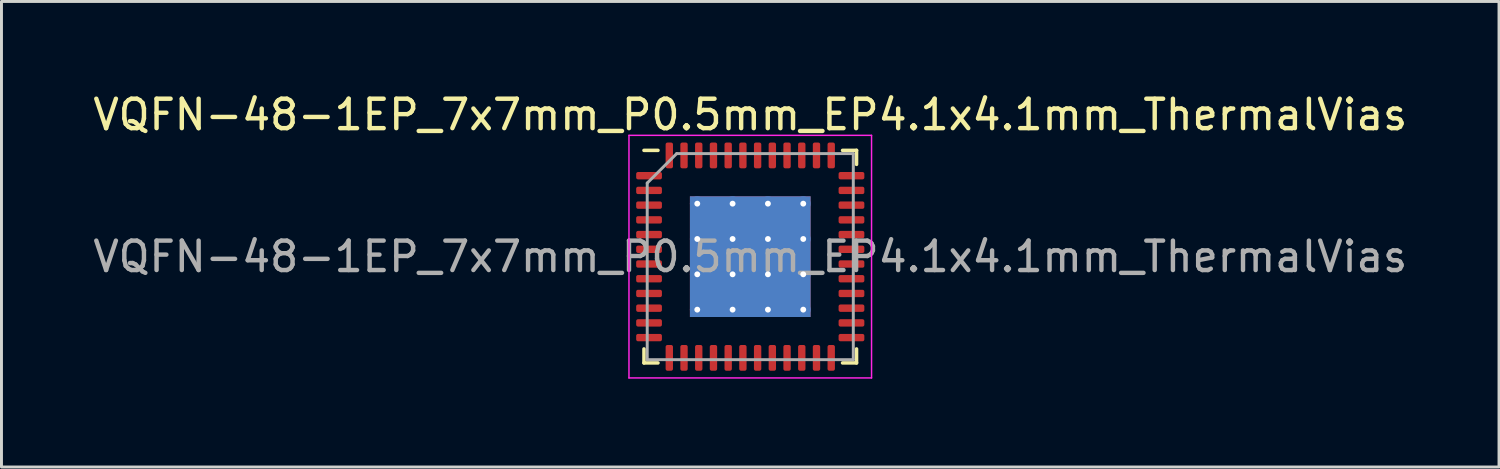
<source format=kicad_pcb>
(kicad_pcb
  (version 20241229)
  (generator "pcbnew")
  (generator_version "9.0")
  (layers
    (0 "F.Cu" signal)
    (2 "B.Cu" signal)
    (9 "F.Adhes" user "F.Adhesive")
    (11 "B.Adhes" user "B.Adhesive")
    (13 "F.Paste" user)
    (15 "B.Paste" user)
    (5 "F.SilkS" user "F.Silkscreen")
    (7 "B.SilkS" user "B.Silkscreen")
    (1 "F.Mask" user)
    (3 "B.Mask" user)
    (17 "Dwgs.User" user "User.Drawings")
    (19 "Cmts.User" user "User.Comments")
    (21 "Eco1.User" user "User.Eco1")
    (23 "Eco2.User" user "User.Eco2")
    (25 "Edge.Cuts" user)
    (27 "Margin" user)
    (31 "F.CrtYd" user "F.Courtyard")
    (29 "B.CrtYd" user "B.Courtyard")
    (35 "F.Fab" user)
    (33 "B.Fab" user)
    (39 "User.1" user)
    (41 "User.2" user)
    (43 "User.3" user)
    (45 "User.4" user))
  (footprint "VQFN-48-1EP_7x7mm_P0.5mm_EP4.1x4.1mm_ThermalVias"
    (layer "F.Cu")
    (at 22.435 5.668)
    (property "Reference" "VQFN-48-1EP_7x7mm_P0.5mm_EP4.1x4.1mm_ThermalVias" (at 0 -4.82 0) (layer "F.SilkS") (effects (font (size 1 1) (thickness 0.15))))
    (attr smd)
    (fp_line (start -3.61 3.61) (end -3.61 3.135) (stroke (width 0.12) (type solid)) (layer "F.SilkS"))
    (fp_line (start -3.135 -3.61) (end -3.61 -3.61) (stroke (width 0.12) (type solid)) (layer "F.SilkS"))
    (fp_line (start -3.135 3.61) (end -3.61 3.61) (stroke (width 0.12) (type solid)) (layer "F.SilkS"))
    (fp_line (start 3.135 -3.61) (end 3.61 -3.61) (stroke (width 0.12) (type solid)) (layer "F.SilkS"))
    (fp_line (start 3.135 3.61) (end 3.61 3.61) (stroke (width 0.12) (type solid)) (layer "F.SilkS"))
    (fp_line (start 3.61 -3.61) (end 3.61 -3.135) (stroke (width 0.12) (type solid)) (layer "F.SilkS"))
    (fp_line (start 3.61 3.61) (end 3.61 3.135) (stroke (width 0.12) (type solid)) (layer "F.SilkS"))
    (fp_line (start -4.12 -4.12) (end -4.12 4.12) (stroke (width 0.05) (type solid)) (layer "F.CrtYd"))
    (fp_line (start -4.12 4.12) (end 4.12 4.12) (stroke (width 0.05) (type solid)) (layer "F.CrtYd"))
    (fp_line (start 4.12 -4.12) (end -4.12 -4.12) (stroke (width 0.05) (type solid)) (layer "F.CrtYd"))
    (fp_line (start 4.12 4.12) (end 4.12 -4.12) (stroke (width 0.05) (type solid)) (layer "F.CrtYd"))
    (fp_line (start -3.5 -2.5) (end -2.5 -3.5) (stroke (width 0.1) (type solid)) (layer "F.Fab"))
    (fp_line (start -3.5 3.5) (end -3.5 -2.5) (stroke (width 0.1) (type solid)) (layer "F.Fab"))
    (fp_line (start -2.5 -3.5) (end 3.5 -3.5) (stroke (width 0.1) (type solid)) (layer "F.Fab"))
    (fp_line (start 3.5 -3.5) (end 3.5 3.5) (stroke (width 0.1) (type solid)) (layer "F.Fab"))
    (fp_line (start 3.5 3.5) (end -3.5 3.5) (stroke (width 0.1) (type solid)) (layer "F.Fab"))
    (fp_text user "${REFERENCE}" (at 0 0 0) (layer "F.Fab") (effects (font (size 1 1) (thickness 0.15))))
    (pad "" smd roundrect (at -1.37 -1.37) (size 1.1 1.1) (layers "F.Paste") (roundrect_rratio 0.227))
    (pad "" smd roundrect (at -1.37 0) (size 1.1 1.1) (layers "F.Paste") (roundrect_rratio 0.227))
    (pad "" smd roundrect (at -1.37 1.37) (size 1.1 1.1) (layers "F.Paste") (roundrect_rratio 0.227))
    (pad "" smd roundrect (at 0 -1.37) (size 1.1 1.1) (layers "F.Paste") (roundrect_rratio 0.227))
    (pad "" smd roundrect (at 0 0) (size 1.1 1.1) (layers "F.Paste") (roundrect_rratio 0.227))
    (pad "" smd roundrect (at 0 1.37) (size 1.1 1.1) (layers "F.Paste") (roundrect_rratio 0.227))
    (pad "" smd roundrect (at 1.37 -1.37) (size 1.1 1.1) (layers "F.Paste") (roundrect_rratio 0.227))
    (pad "" smd roundrect (at 1.37 0) (size 1.1 1.1) (layers "F.Paste") (roundrect_rratio 0.227))
    (pad "" smd roundrect (at 1.37 1.37) (size 1.1 1.1) (layers "F.Paste") (roundrect_rratio 0.227))
    (pad "1" smd roundrect (at -3.438 -2.75) (size 0.875 0.25) (layers "F.Cu" "F.Mask" "F.Paste") (roundrect_rratio 0.25))
    (pad "2" smd roundrect (at -3.438 -2.25) (size 0.875 0.25) (layers "F.Cu" "F.Mask" "F.Paste") (roundrect_rratio 0.25))
    (pad "3" smd roundrect (at -3.438 -1.75) (size 0.875 0.25) (layers "F.Cu" "F.Mask" "F.Paste") (roundrect_rratio 0.25))
    (pad "4" smd roundrect (at -3.438 -1.25) (size 0.875 0.25) (layers "F.Cu" "F.Mask" "F.Paste") (roundrect_rratio 0.25))
    (pad "5" smd roundrect (at -3.438 -0.75) (size 0.875 0.25) (layers "F.Cu" "F.Mask" "F.Paste") (roundrect_rratio 0.25))
    (pad "6" smd roundrect (at -3.438 -0.25) (size 0.875 0.25) (layers "F.Cu" "F.Mask" "F.Paste") (roundrect_rratio 0.25))
    (pad "7" smd roundrect (at -3.438 0.25) (size 0.875 0.25) (layers "F.Cu" "F.Mask" "F.Paste") (roundrect_rratio 0.25))
    (pad "8" smd roundrect (at -3.438 0.75) (size 0.875 0.25) (layers "F.Cu" "F.Mask" "F.Paste") (roundrect_rratio 0.25))
    (pad "9" smd roundrect (at -3.438 1.25) (size 0.875 0.25) (layers "F.Cu" "F.Mask" "F.Paste") (roundrect_rratio 0.25))
    (pad "10" smd roundrect (at -3.438 1.75) (size 0.875 0.25) (layers "F.Cu" "F.Mask" "F.Paste") (roundrect_rratio 0.25))
    (pad "11" smd roundrect (at -3.438 2.25) (size 0.875 0.25) (layers "F.Cu" "F.Mask" "F.Paste") (roundrect_rratio 0.25))
    (pad "12" smd roundrect (at -3.438 2.75) (size 0.875 0.25) (layers "F.Cu" "F.Mask" "F.Paste") (roundrect_rratio 0.25))
    (pad "13" smd roundrect (at -2.75 3.438) (size 0.25 0.875) (layers "F.Cu" "F.Mask" "F.Paste") (roundrect_rratio 0.25))
    (pad "14" smd roundrect (at -2.25 3.438) (size 0.25 0.875) (layers "F.Cu" "F.Mask" "F.Paste") (roundrect_rratio 0.25))
    (pad "15" smd roundrect (at -1.75 3.438) (size 0.25 0.875) (layers "F.Cu" "F.Mask" "F.Paste") (roundrect_rratio 0.25))
    (pad "16" smd roundrect (at -1.25 3.438) (size 0.25 0.875) (layers "F.Cu" "F.Mask" "F.Paste") (roundrect_rratio 0.25))
    (pad "17" smd roundrect (at -0.75 3.438) (size 0.25 0.875) (layers "F.Cu" "F.Mask" "F.Paste") (roundrect_rratio 0.25))
    (pad "18" smd roundrect (at -0.25 3.438) (size 0.25 0.875) (layers "F.Cu" "F.Mask" "F.Paste") (roundrect_rratio 0.25))
    (pad "19" smd roundrect (at 0.25 3.438) (size 0.25 0.875) (layers "F.Cu" "F.Mask" "F.Paste") (roundrect_rratio 0.25))
    (pad "20" smd roundrect (at 0.75 3.438) (size 0.25 0.875) (layers "F.Cu" "F.Mask" "F.Paste") (roundrect_rratio 0.25))
    (pad "21" smd roundrect (at 1.25 3.438) (size 0.25 0.875) (layers "F.Cu" "F.Mask" "F.Paste") (roundrect_rratio 0.25))
    (pad "22" smd roundrect (at 1.75 3.438) (size 0.25 0.875) (layers "F.Cu" "F.Mask" "F.Paste") (roundrect_rratio 0.25))
    (pad "23" smd roundrect (at 2.25 3.438) (size 0.25 0.875) (layers "F.Cu" "F.Mask" "F.Paste") (roundrect_rratio 0.25))
    (pad "24" smd roundrect (at 2.75 3.438) (size 0.25 0.875) (layers "F.Cu" "F.Mask" "F.Paste") (roundrect_rratio 0.25))
    (pad "25" smd roundrect (at 3.438 2.75) (size 0.875 0.25) (layers "F.Cu" "F.Mask" "F.Paste") (roundrect_rratio 0.25))
    (pad "26" smd roundrect (at 3.438 2.25) (size 0.875 0.25) (layers "F.Cu" "F.Mask" "F.Paste") (roundrect_rratio 0.25))
    (pad "27" smd roundrect (at 3.438 1.75) (size 0.875 0.25) (layers "F.Cu" "F.Mask" "F.Paste") (roundrect_rratio 0.25))
    (pad "28" smd roundrect (at 3.438 1.25) (size 0.875 0.25) (layers "F.Cu" "F.Mask" "F.Paste") (roundrect_rratio 0.25))
    (pad "29" smd roundrect (at 3.438 0.75) (size 0.875 0.25) (layers "F.Cu" "F.Mask" "F.Paste") (roundrect_rratio 0.25))
    (pad "30" smd roundrect (at 3.438 0.25) (size 0.875 0.25) (layers "F.Cu" "F.Mask" "F.Paste") (roundrect_rratio 0.25))
    (pad "31" smd roundrect (at 3.438 -0.25) (size 0.875 0.25) (layers "F.Cu" "F.Mask" "F.Paste") (roundrect_rratio 0.25))
    (pad "32" smd roundrect (at 3.438 -0.75) (size 0.875 0.25) (layers "F.Cu" "F.Mask" "F.Paste") (roundrect_rratio 0.25))
    (pad "33" smd roundrect (at 3.438 -1.25) (size 0.875 0.25) (layers "F.Cu" "F.Mask" "F.Paste") (roundrect_rratio 0.25))
    (pad "34" smd roundrect (at 3.438 -1.75) (size 0.875 0.25) (layers "F.Cu" "F.Mask" "F.Paste") (roundrect_rratio 0.25))
    (pad "35" smd roundrect (at 3.438 -2.25) (size 0.875 0.25) (layers "F.Cu" "F.Mask" "F.Paste") (roundrect_rratio 0.25))
    (pad "36" smd roundrect (at 3.438 -2.75) (size 0.875 0.25) (layers "F.Cu" "F.Mask" "F.Paste") (roundrect_rratio 0.25))
    (pad "37" smd roundrect (at 2.75 -3.438) (size 0.25 0.875) (layers "F.Cu" "F.Mask" "F.Paste") (roundrect_rratio 0.25))
    (pad "38" smd roundrect (at 2.25 -3.438) (size 0.25 0.875) (layers "F.Cu" "F.Mask" "F.Paste") (roundrect_rratio 0.25))
    (pad "39" smd roundrect (at 1.75 -3.438) (size 0.25 0.875) (layers "F.Cu" "F.Mask" "F.Paste") (roundrect_rratio 0.25))
    (pad "40" smd roundrect (at 1.25 -3.438) (size 0.25 0.875) (layers "F.Cu" "F.Mask" "F.Paste") (roundrect_rratio 0.25))
    (pad "41" smd roundrect (at 0.75 -3.438) (size 0.25 0.875) (layers "F.Cu" "F.Mask" "F.Paste") (roundrect_rratio 0.25))
    (pad "42" smd roundrect (at 0.25 -3.438) (size 0.25 0.875) (layers "F.Cu" "F.Mask" "F.Paste") (roundrect_rratio 0.25))
    (pad "43" smd roundrect (at -0.25 -3.438) (size 0.25 0.875) (layers "F.Cu" "F.Mask" "F.Paste") (roundrect_rratio 0.25))
    (pad "44" smd roundrect (at -0.75 -3.438) (size 0.25 0.875) (layers "F.Cu" "F.Mask" "F.Paste") (roundrect_rratio 0.25))
    (pad "45" smd roundrect (at -1.25 -3.438) (size 0.25 0.875) (layers "F.Cu" "F.Mask" "F.Paste") (roundrect_rratio 0.25))
    (pad "46" smd roundrect (at -1.75 -3.438) (size 0.25 0.875) (layers "F.Cu" "F.Mask" "F.Paste") (roundrect_rratio 0.25))
    (pad "47" smd roundrect (at -2.25 -3.438) (size 0.25 0.875) (layers "F.Cu" "F.Mask" "F.Paste") (roundrect_rratio 0.25))
    (pad "48" smd roundrect (at -2.75 -3.438) (size 0.25 0.875) (layers "F.Cu" "F.Mask" "F.Paste") (roundrect_rratio 0.25))
    (pad "49" thru_hole circle (at -1.8 -1.8) (size 0.5 0.5) (drill 0.2) (layers "*.Cu"))
    (pad "49" thru_hole circle (at -1.8 -0.6) (size 0.5 0.5) (drill 0.2) (layers "*.Cu"))
    (pad "49" thru_hole circle (at -1.8 0.6) (size 0.5 0.5) (drill 0.2) (layers "*.Cu"))
    (pad "49" thru_hole circle (at -1.8 1.8) (size 0.5 0.5) (drill 0.2) (layers "*.Cu"))
    (pad "49" thru_hole circle (at -0.6 -1.8) (size 0.5 0.5) (drill 0.2) (layers "*.Cu"))
    (pad "49" thru_hole circle (at -0.6 -0.6) (size 0.5 0.5) (drill 0.2) (layers "*.Cu"))
    (pad "49" thru_hole circle (at -0.6 0.6) (size 0.5 0.5) (drill 0.2) (layers "*.Cu"))
    (pad "49" thru_hole circle (at -0.6 1.8) (size 0.5 0.5) (drill 0.2) (layers "*.Cu"))
    (pad "49" smd rect (at 0 0) (size 4.1 4.1) (layers "F.Cu" "F.Mask"))
    (pad "49" smd rect (at 0 0) (size 4.1 4.1) (layers "B.Cu"))
    (pad "49" thru_hole circle (at 0.6 -1.8) (size 0.5 0.5) (drill 0.2) (layers "*.Cu"))
    (pad "49" thru_hole circle (at 0.6 -0.6) (size 0.5 0.5) (drill 0.2) (layers "*.Cu"))
    (pad "49" thru_hole circle (at 0.6 0.6) (size 0.5 0.5) (drill 0.2) (layers "*.Cu"))
    (pad "49" thru_hole circle (at 0.6 1.8) (size 0.5 0.5) (drill 0.2) (layers "*.Cu"))
    (pad "49" thru_hole circle (at 1.8 -1.8) (size 0.5 0.5) (drill 0.2) (layers "*.Cu"))
    (pad "49" thru_hole circle (at 1.8 -0.6) (size 0.5 0.5) (drill 0.2) (layers "*.Cu"))
    (pad "49" thru_hole circle (at 1.8 0.6) (size 0.5 0.5) (drill 0.2) (layers "*.Cu"))
    (pad "49" thru_hole circle (at 1.8 1.8) (size 0.5 0.5) (drill 0.2) (layers "*.Cu")))
  (gr_rect
    (start -3 -3)
    (end 47.869 12.813)
    (stroke (width 0.1) (type default))
    (fill no)
    (layer "Edge.Cuts")))
</source>
